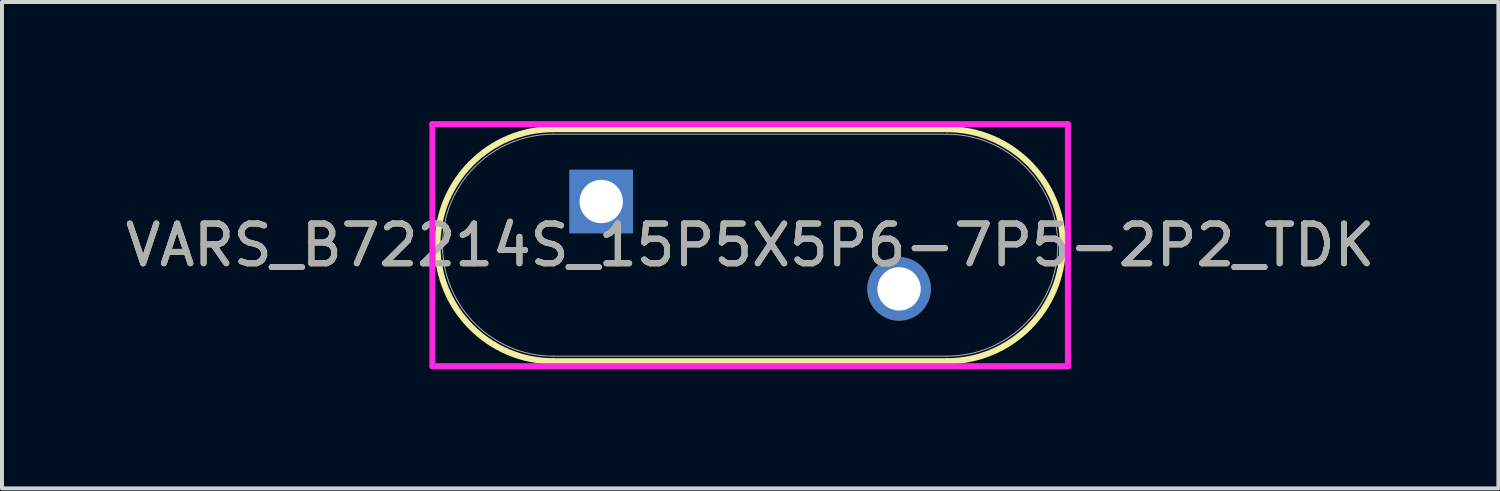
<source format=kicad_pcb>
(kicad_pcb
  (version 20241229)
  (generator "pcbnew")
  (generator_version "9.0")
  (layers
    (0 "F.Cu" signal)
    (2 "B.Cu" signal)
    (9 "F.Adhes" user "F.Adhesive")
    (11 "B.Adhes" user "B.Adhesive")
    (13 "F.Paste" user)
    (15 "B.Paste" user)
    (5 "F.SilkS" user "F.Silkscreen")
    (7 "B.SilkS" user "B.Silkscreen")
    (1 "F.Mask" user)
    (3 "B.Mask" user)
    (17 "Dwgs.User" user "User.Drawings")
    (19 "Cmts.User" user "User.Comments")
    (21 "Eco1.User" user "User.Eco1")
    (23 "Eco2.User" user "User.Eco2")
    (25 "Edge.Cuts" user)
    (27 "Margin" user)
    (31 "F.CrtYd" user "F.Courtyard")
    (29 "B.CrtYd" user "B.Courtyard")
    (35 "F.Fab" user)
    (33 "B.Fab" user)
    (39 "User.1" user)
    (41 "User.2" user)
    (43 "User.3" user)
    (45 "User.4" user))
  (footprint "VARS_B72214S_15P5X5P6-7P5-2P2_TDK"
    (layer "F.Cu")
    (at 15.839 3.124)
    (property "Reference" "VARS_B72214S_15P5X5P6-7P5-2P2_TDK" (at 0 0 0) (unlocked yes) (layer "F.SilkS") (effects (font (size 1 1) (thickness 0.15))))
    (attr through_hole)
    (fp_line (start -4.953 -2.921) (end 4.953 -2.921) (stroke (width 0.152) (type solid)) (layer "F.SilkS"))
    (fp_line (start -4.953 2.921) (end 4.953 2.921) (stroke (width 0.152) (type solid)) (layer "F.SilkS"))
    (fp_arc (start -4.953 2.921) (mid -7.874 0) (end -4.953 -2.921) (stroke (width 0.1524) (type solid)) (layer "F.SilkS"))
    (fp_arc (start 4.953 -2.921) (mid 7.018459 -2.065459) (end 7.874 0) (stroke (width 0.1524) (type solid)) (layer "F.SilkS"))
    (fp_arc (start 7.874 0) (mid 7.018459 2.065459) (end 4.953 2.921) (stroke (width 0.1524) (type solid)) (layer "F.SilkS"))
    (fp_line (start -8.001 -3.048) (end 8.001 -3.048) (stroke (width 0.152) (type solid)) (layer "F.CrtYd"))
    (fp_line (start -8.001 3.048) (end -8.001 -3.048) (stroke (width 0.152) (type solid)) (layer "F.CrtYd"))
    (fp_line (start 8.001 -3.048) (end 8.001 3.048) (stroke (width 0.152) (type solid)) (layer "F.CrtYd"))
    (fp_line (start 8.001 3.048) (end -8.001 3.048) (stroke (width 0.152) (type solid)) (layer "F.CrtYd"))
    (fp_line (start -4.953 -2.794) (end 4.953 -2.794) (stroke (width 0.025) (type solid)) (layer "F.Fab"))
    (fp_line (start -4.953 2.794) (end 4.953 2.794) (stroke (width 0.025) (type solid)) (layer "F.Fab"))
    (fp_arc (start -4.953 2.794) (mid -7.747 0) (end -4.953 -2.794) (stroke (width 0.0254) (type solid)) (layer "F.Fab"))
    (fp_arc (start 4.953 -2.794) (mid 7.747 0) (end 4.953 2.794) (stroke (width 0.0254) (type solid)) (layer "F.Fab"))
    (fp_text user "${REFERENCE}" (at 0 0 0) (unlocked yes) (layer "F.Fab") (effects (font (size 1 1) (thickness 0.15))))
    (pad "1" thru_hole rect (at -3.75 -1.1) (size 1.6 1.6) (drill 1.092) (layers "*.Cu" "*.Mask"))
    (pad "2" thru_hole circle (at 3.75 1.1) (size 1.6 1.6) (drill 1.092) (layers "*.Cu" "*.Mask")))
  (gr_rect
    (start -3 -3)
    (end 34.679 9.248)
    (stroke (width 0.1) (type default))
    (fill no)
    (layer "Edge.Cuts")))
</source>
